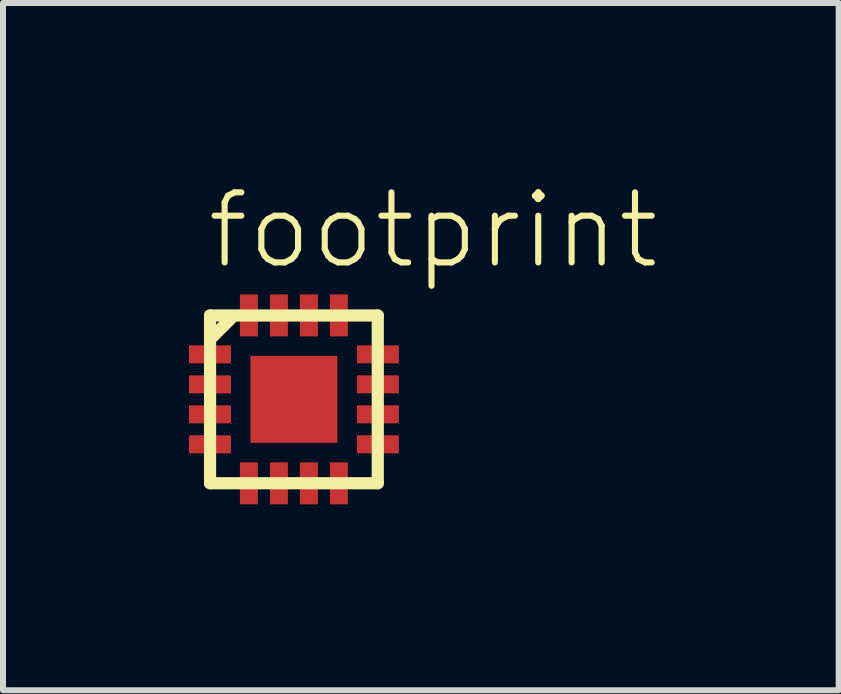
<source format=kicad_pcb>
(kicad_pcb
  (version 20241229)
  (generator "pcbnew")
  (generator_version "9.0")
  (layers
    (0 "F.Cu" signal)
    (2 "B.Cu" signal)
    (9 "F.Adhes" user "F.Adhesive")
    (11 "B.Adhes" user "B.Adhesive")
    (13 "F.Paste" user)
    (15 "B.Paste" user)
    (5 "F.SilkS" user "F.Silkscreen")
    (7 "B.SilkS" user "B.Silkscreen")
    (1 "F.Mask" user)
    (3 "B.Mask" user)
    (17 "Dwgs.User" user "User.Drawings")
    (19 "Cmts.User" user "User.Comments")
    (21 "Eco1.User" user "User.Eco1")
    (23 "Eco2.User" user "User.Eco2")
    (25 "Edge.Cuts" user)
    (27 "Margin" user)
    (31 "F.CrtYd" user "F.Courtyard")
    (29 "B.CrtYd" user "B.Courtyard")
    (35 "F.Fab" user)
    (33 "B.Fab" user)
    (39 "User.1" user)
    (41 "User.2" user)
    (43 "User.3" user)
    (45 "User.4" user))
  (footprint "footprint"
    (layer "F.Cu")
    (at 1.85 3.608)
    (property "Reference" "footprint" (at -1.5 -2.135 0) (layer "F.SilkS") (effects (font (size 1.168 1.168) (thickness 0.102)) (justify left bottom)))
    (fp_poly (pts (xy -1.85 -0.55) (xy -1 -0.55) (xy -1 -0.95) (xy -1.85 -0.95)) (stroke (width 0) (type solid)) (fill yes) (layer "F.Mask"))
    (fp_poly (pts (xy -1.85 -0.05) (xy -1 -0.05) (xy -1 -0.45) (xy -1.85 -0.45)) (stroke (width 0) (type solid)) (fill yes) (layer "F.Mask"))
    (fp_poly (pts (xy -1.85 0.45) (xy -1 0.45) (xy -1 0.05) (xy -1.85 0.05)) (stroke (width 0) (type solid)) (fill yes) (layer "F.Mask"))
    (fp_poly (pts (xy -1.85 0.95) (xy -1 0.95) (xy -1 0.55) (xy -1.85 0.55)) (stroke (width 0) (type solid)) (fill yes) (layer "F.Mask"))
    (fp_poly (pts (xy -0.95 -1.85) (xy -0.95 -1) (xy -0.55 -1) (xy -0.55 -1.85)) (stroke (width 0) (type solid)) (fill yes) (layer "F.Mask"))
    (fp_poly (pts (xy -0.8 0.8) (xy 0.8 0.8) (xy 0.8 -0.8) (xy -0.8 -0.8)) (stroke (width 0) (type solid)) (fill yes) (layer "F.Mask"))
    (fp_poly (pts (xy -0.55 1.85) (xy -0.55 1) (xy -0.95 1) (xy -0.95 1.85)) (stroke (width 0) (type solid)) (fill yes) (layer "F.Mask"))
    (fp_poly (pts (xy -0.45 -1.85) (xy -0.45 -1) (xy -0.05 -1) (xy -0.05 -1.85)) (stroke (width 0) (type solid)) (fill yes) (layer "F.Mask"))
    (fp_poly (pts (xy -0.05 1.85) (xy -0.05 1) (xy -0.45 1) (xy -0.45 1.85)) (stroke (width 0) (type solid)) (fill yes) (layer "F.Mask"))
    (fp_poly (pts (xy 0.05 -1.85) (xy 0.05 -1) (xy 0.45 -1) (xy 0.45 -1.85)) (stroke (width 0) (type solid)) (fill yes) (layer "F.Mask"))
    (fp_poly (pts (xy 0.45 1.85) (xy 0.45 1) (xy 0.05 1) (xy 0.05 1.85)) (stroke (width 0) (type solid)) (fill yes) (layer "F.Mask"))
    (fp_poly (pts (xy 0.55 -1.85) (xy 0.55 -1) (xy 0.95 -1) (xy 0.95 -1.85)) (stroke (width 0) (type solid)) (fill yes) (layer "F.Mask"))
    (fp_poly (pts (xy 0.95 1.85) (xy 0.95 1) (xy 0.55 1) (xy 0.55 1.85)) (stroke (width 0) (type solid)) (fill yes) (layer "F.Mask"))
    (fp_poly (pts (xy 1.85 -0.95) (xy 1 -0.95) (xy 1 -0.55) (xy 1.85 -0.55)) (stroke (width 0) (type solid)) (fill yes) (layer "F.Mask"))
    (fp_poly (pts (xy 1.85 -0.45) (xy 1 -0.45) (xy 1 -0.05) (xy 1.85 -0.05)) (stroke (width 0) (type solid)) (fill yes) (layer "F.Mask"))
    (fp_poly (pts (xy 1.85 0.05) (xy 1 0.05) (xy 1 0.45) (xy 1.85 0.45)) (stroke (width 0) (type solid)) (fill yes) (layer "F.Mask"))
    (fp_poly (pts (xy 1.85 0.55) (xy 1 0.55) (xy 1 0.95) (xy 1.85 0.95)) (stroke (width 0) (type solid)) (fill yes) (layer "F.Mask"))
    (fp_line (start -1.398 -1.398) (end -1.398 1.398) (stroke (width 0.203) (type solid)) (layer "F.SilkS"))
    (fp_line (start -1.398 1.398) (end 1.398 1.398) (stroke (width 0.203) (type solid)) (layer "F.SilkS"))
    (fp_line (start -1.348 -1.05) (end -1.05 -1.348) (stroke (width 0.203) (type solid)) (layer "F.SilkS"))
    (fp_line (start 1.398 -1.398) (end -1.398 -1.398) (stroke (width 0.203) (type solid)) (layer "F.SilkS"))
    (fp_line (start 1.398 1.398) (end 1.398 -1.398) (stroke (width 0.203) (type solid)) (layer "F.SilkS"))
    (pad "1" smd rect (at -1.4 -0.75) (size 0.7 0.3) (layers "F.Cu" "F.Paste"))
    (pad "2" smd rect (at -1.4 -0.25) (size 0.7 0.3) (layers "F.Cu" "F.Paste"))
    (pad "3" smd rect (at -1.4 0.25) (size 0.7 0.3) (layers "F.Cu" "F.Paste"))
    (pad "4" smd rect (at -1.4 0.75) (size 0.7 0.3) (layers "F.Cu" "F.Paste"))
    (pad "5" smd rect (at -0.75 1.4) (size 0.3 0.7) (layers "F.Cu" "F.Paste"))
    (pad "6" smd rect (at -0.25 1.4) (size 0.3 0.7) (layers "F.Cu" "F.Paste"))
    (pad "7" smd rect (at 0.25 1.4) (size 0.3 0.7) (layers "F.Cu" "F.Paste"))
    (pad "8" smd rect (at 0.75 1.4) (size 0.3 0.7) (layers "F.Cu" "F.Paste"))
    (pad "9" smd rect (at 1.4 0.75) (size 0.7 0.3) (layers "F.Cu" "F.Paste"))
    (pad "10" smd rect (at 1.4 0.25) (size 0.7 0.3) (layers "F.Cu" "F.Paste"))
    (pad "11" smd rect (at 1.4 -0.25) (size 0.7 0.3) (layers "F.Cu" "F.Paste"))
    (pad "12" smd rect (at 1.4 -0.75) (size 0.7 0.3) (layers "F.Cu" "F.Paste"))
    (pad "13" smd rect (at 0.75 -1.4) (size 0.3 0.7) (layers "F.Cu" "F.Paste"))
    (pad "14" smd rect (at 0.25 -1.4) (size 0.3 0.7) (layers "F.Cu" "F.Paste"))
    (pad "15" smd rect (at -0.25 -1.4) (size 0.3 0.7) (layers "F.Cu" "F.Paste"))
    (pad "16" smd rect (at -0.75 -1.4) (size 0.3 0.7) (layers "F.Cu" "F.Paste"))
    (pad "EXP" smd rect (at 0 0) (size 1.45 1.45) (layers "F.Cu" "F.Paste")))
  (gr_rect
    (start -3 -3)
    (end 10.932 8.458)
    (stroke (width 0.1) (type default))
    (fill no)
    (layer "Edge.Cuts")))
</source>
